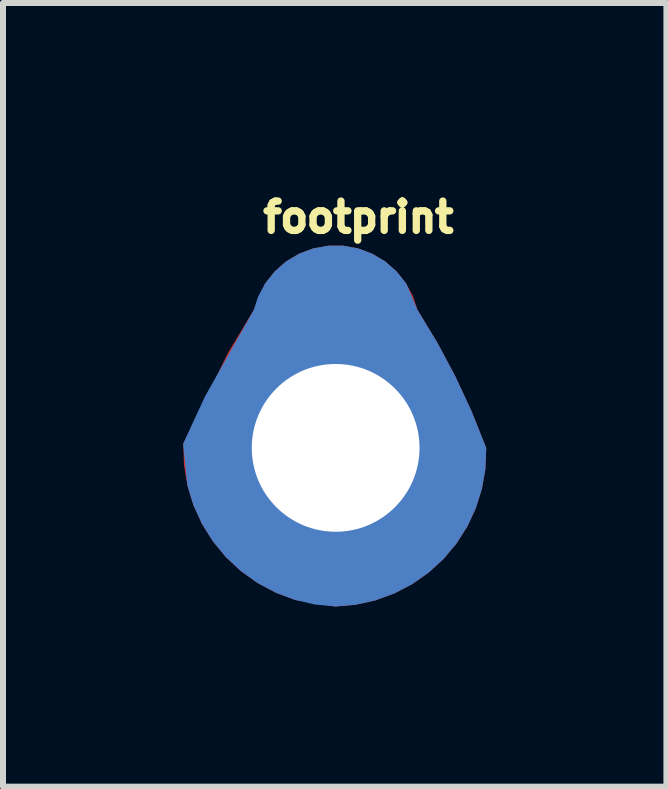
<source format=kicad_pcb>
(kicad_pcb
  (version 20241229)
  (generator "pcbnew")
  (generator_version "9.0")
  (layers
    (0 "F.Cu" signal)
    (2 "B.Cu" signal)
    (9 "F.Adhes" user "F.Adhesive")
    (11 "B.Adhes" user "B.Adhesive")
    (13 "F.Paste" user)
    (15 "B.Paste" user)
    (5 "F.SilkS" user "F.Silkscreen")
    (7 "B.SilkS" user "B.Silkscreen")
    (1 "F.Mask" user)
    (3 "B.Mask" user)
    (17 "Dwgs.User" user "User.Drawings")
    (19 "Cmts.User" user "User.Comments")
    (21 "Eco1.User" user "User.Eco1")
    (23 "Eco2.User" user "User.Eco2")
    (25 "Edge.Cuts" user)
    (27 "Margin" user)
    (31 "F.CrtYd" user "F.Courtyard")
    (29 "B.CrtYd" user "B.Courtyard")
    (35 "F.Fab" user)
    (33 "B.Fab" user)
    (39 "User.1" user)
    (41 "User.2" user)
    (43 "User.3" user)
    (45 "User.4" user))
  (footprint "footprint"
    (layer "F.Cu")
    (at 2.54 4.409)
    (property "Reference" "footprint" (at -1.27 -3.556 0) (layer "F.SilkS") (effects (font (size 0.488 0.488) (thickness 0.122)) (justify left bottom)))
    (fp_poly (pts (xy 0.126 -3.367) (xy 0.374 -3.322) (xy 0.61 -3.233) (xy 0.827 -3.104) (xy 1.016 -2.937) (xy 1.173 -2.74) (xy 1.292 -2.518) (xy 1.363 -2.298) (xy 1.689 -1.761) (xy 1.992 -1.194) (xy 2.263 -0.612) (xy 2.508 0.003) (xy 2.494 0.353) (xy 2.436 0.683) (xy 2.335 1.004) (xy 2.194 1.308) (xy 2.014 1.591) (xy 1.798 1.849) (xy 1.551 2.076) (xy 1.277 2.268) (xy 0.979 2.424) (xy 0.664 2.539) (xy 0.337 2.612) (xy -0.004 2.642) (xy -0.674 2.533) (xy -0.998 2.412) (xy -1.3 2.251) (xy -1.578 2.053) (xy -1.829 1.819) (xy -2.046 1.555) (xy -2.227 1.265) (xy -2.369 0.954) (xy -2.469 0.626) (xy -2.526 0.289) (xy -2.538 -0.072) (xy -1.788 -1.59) (xy -1.361 -2.301) (xy -1.176 -2.736) (xy -1.016 -2.937) (xy -0.827 -3.104) (xy -0.61 -3.233) (xy -0.374 -3.322) (xy -0.126 -3.367)) (stroke (width 0) (type solid)) (fill yes) (layer "F.Cu"))
    (fp_poly (pts (xy 0.126 -3.367) (xy 0.374 -3.322) (xy 0.61 -3.233) (xy 0.827 -3.104) (xy 1.016 -2.937) (xy 1.173 -2.74) (xy 1.292 -2.518) (xy 1.363 -2.298) (xy 1.689 -1.761) (xy 1.992 -1.194) (xy 2.263 -0.612) (xy 2.508 0.003) (xy 2.494 0.353) (xy 2.436 0.683) (xy 2.335 1.004) (xy 2.194 1.308) (xy 2.014 1.591) (xy 1.798 1.849) (xy 1.551 2.076) (xy 1.277 2.268) (xy 0.979 2.424) (xy 0.664 2.539) (xy 0.337 2.612) (xy -0.004 2.642) (xy -0.674 2.533) (xy -0.998 2.412) (xy -1.3 2.251) (xy -1.578 2.053) (xy -1.829 1.819) (xy -2.046 1.555) (xy -2.227 1.265) (xy -2.369 0.954) (xy -2.469 0.626) (xy -2.526 0.289) (xy -2.538 -0.072) (xy -1.788 -1.59) (xy -1.361 -2.301) (xy -1.176 -2.736) (xy -1.016 -2.937) (xy -0.827 -3.104) (xy -0.61 -3.233) (xy -0.374 -3.322) (xy -0.126 -3.367)) (stroke (width 0) (type solid)) (fill yes) (layer "F.Mask"))
    (fp_poly (pts (xy 0.374 -3.322) (xy 0.61 -3.233) (xy 0.827 -3.104) (xy 1.016 -2.937) (xy 1.176 -2.736) (xy 1.361 -2.301) (xy 1.689 -1.761) (xy 1.992 -1.194) (xy 2.263 -0.612) (xy 2.508 0.000454) (xy 2.508 0.022) (xy 2.494 0.353) (xy 2.436 0.683) (xy 2.335 1.004) (xy 2.194 1.308) (xy 2.014 1.591) (xy 1.799 1.849) (xy 1.551 2.076) (xy 1.277 2.268) (xy 0.979 2.424) (xy 0.664 2.539) (xy 0.337 2.612) (xy -0.000384 2.642) (xy -0.344 2.609) (xy -0.677 2.532) (xy -0.998 2.412) (xy -1.3 2.251) (xy -1.578 2.053) (xy -1.829 1.819) (xy -2.046 1.555) (xy -2.227 1.265) (xy -2.369 0.954) (xy -2.47 0.623) (xy -2.54 -0.067) (xy -2.178 -0.852) (xy -1.364 -2.296) (xy -1.292 -2.518) (xy -1.173 -2.74) (xy -1.016 -2.937) (xy -0.827 -3.104) (xy -0.61 -3.233) (xy -0.374 -3.322) (xy -0.126 -3.367) (xy 0.126 -3.367)) (stroke (width 0) (type solid)) (fill yes) (layer "B.Cu"))
    (fp_poly (pts (xy 0.374 -3.322) (xy 0.61 -3.233) (xy 0.827 -3.104) (xy 1.016 -2.937) (xy 1.176 -2.736) (xy 1.361 -2.301) (xy 1.689 -1.761) (xy 1.992 -1.194) (xy 2.263 -0.612) (xy 2.508 0.000454) (xy 2.508 0.022) (xy 2.494 0.353) (xy 2.436 0.683) (xy 2.335 1.004) (xy 2.194 1.308) (xy 2.014 1.591) (xy 1.799 1.849) (xy 1.551 2.076) (xy 1.277 2.268) (xy 0.979 2.424) (xy 0.664 2.539) (xy 0.337 2.612) (xy -0.000384 2.642) (xy -0.344 2.609) (xy -0.677 2.532) (xy -0.998 2.412) (xy -1.3 2.251) (xy -1.578 2.053) (xy -1.829 1.819) (xy -2.046 1.555) (xy -2.227 1.265) (xy -2.369 0.954) (xy -2.47 0.623) (xy -2.54 -0.073) (xy -2.096 -0.813) (xy -1.709 -1.544) (xy -1.365 -2.292) (xy -1.292 -2.518) (xy -1.173 -2.74) (xy -1.016 -2.937) (xy -0.827 -3.104) (xy -0.61 -3.233) (xy -0.374 -3.322) (xy -0.126 -3.367) (xy 0.126 -3.367)) (stroke (width 0) (type solid)) (fill yes) (layer "B.Mask"))
    (pad "1" thru_hole circle (at 0 0 90) (size 3.81 3.81) (drill 2.794) (layers "*.Cu" "*.Mask")))
  (gr_rect
    (start -3 -3)
    (end 8.049 10.052)
    (stroke (width 0.1) (type default))
    (fill no)
    (layer "Edge.Cuts")))
</source>
